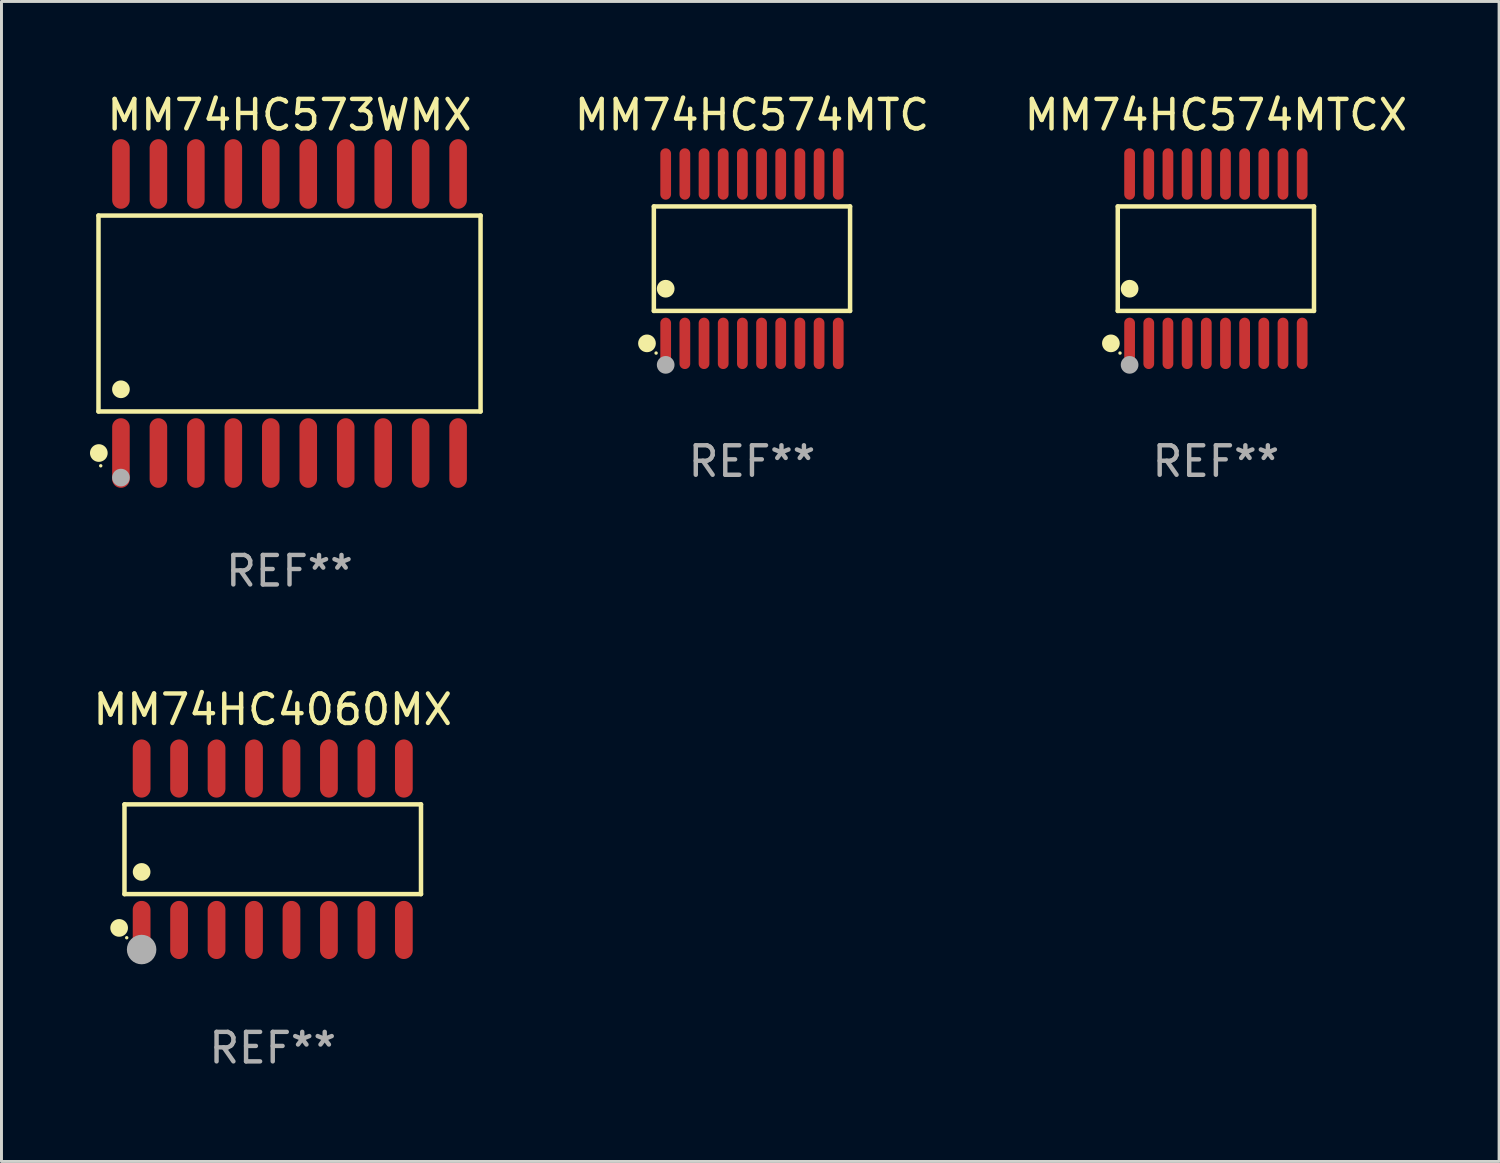
<source format=kicad_pcb>
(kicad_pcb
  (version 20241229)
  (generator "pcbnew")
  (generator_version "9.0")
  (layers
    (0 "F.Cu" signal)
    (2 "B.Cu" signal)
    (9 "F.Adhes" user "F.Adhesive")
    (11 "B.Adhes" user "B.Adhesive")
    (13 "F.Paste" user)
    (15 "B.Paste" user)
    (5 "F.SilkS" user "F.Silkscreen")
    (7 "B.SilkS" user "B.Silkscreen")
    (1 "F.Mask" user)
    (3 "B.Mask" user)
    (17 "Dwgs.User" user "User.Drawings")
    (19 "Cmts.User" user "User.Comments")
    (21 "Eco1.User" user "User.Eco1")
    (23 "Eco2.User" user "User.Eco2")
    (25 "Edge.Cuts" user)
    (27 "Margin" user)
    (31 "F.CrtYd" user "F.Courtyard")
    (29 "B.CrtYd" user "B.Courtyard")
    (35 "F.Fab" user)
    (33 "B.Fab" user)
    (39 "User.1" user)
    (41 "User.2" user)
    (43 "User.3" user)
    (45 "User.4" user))
  (footprint "MM74HC4060MX"
    (layer "F.Cu")
    (at 6.196 25.74)
    (property "Reference" "MM74HC4060MX" (at 0 -4.736 0) (layer "F.SilkS") (effects (font (size 1 1) (thickness 0.15))))
    (attr through_hole)
    (fp_line (start -5.026 -1.521) (end 5.026 -1.521) (stroke (width 0.152) (type solid)) (layer "F.SilkS"))
    (fp_line (start -5.026 1.521) (end -5.026 -1.521) (stroke (width 0.152) (type solid)) (layer "F.SilkS"))
    (fp_line (start 5.026 -1.521) (end 5.026 1.521) (stroke (width 0.152) (type solid)) (layer "F.SilkS"))
    (fp_line (start 5.026 1.521) (end -5.026 1.521) (stroke (width 0.152) (type solid)) (layer "F.SilkS"))
    (fp_circle (center -5.207 2.667) (end -5.057 2.667) (stroke (width 0.3) (type solid)) (fill no) (layer "F.SilkS"))
    (fp_circle (center -4.95 3) (end -4.92 3) (stroke (width 0.06) (type solid)) (fill no) (layer "F.SilkS"))
    (fp_circle (center -4.445 0.769) (end -4.295 0.769) (stroke (width 0.3) (type solid)) (fill no) (layer "F.SilkS"))
    (fp_circle (center -4.445 3.4) (end -4.195 3.4) (stroke (width 0.5) (type solid)) (fill no) (layer "F.Fab"))
    (fp_text user "REF**" (at 0 6.736 0) (layer "F.Fab") (effects (font (size 1 1) (thickness 0.15))))
    (pad "1" smd oval (at -4.445 2.736) (size 0.602 1.971) (layers "F.Cu" "F.Mask" "F.Paste"))
    (pad "2" smd oval (at -3.175 2.736) (size 0.602 1.971) (layers "F.Cu" "F.Mask" "F.Paste"))
    (pad "3" smd oval (at -1.905 2.736) (size 0.602 1.971) (layers "F.Cu" "F.Mask" "F.Paste"))
    (pad "4" smd oval (at -0.635 2.736) (size 0.602 1.971) (layers "F.Cu" "F.Mask" "F.Paste"))
    (pad "5" smd oval (at 0.635 2.736) (size 0.602 1.971) (layers "F.Cu" "F.Mask" "F.Paste"))
    (pad "6" smd oval (at 1.905 2.736) (size 0.602 1.971) (layers "F.Cu" "F.Mask" "F.Paste"))
    (pad "7" smd oval (at 3.175 2.736) (size 0.602 1.971) (layers "F.Cu" "F.Mask" "F.Paste"))
    (pad "8" smd oval (at 4.445 2.736) (size 0.602 1.971) (layers "F.Cu" "F.Mask" "F.Paste"))
    (pad "9" smd oval (at 4.445 -2.736) (size 0.602 1.971) (layers "F.Cu" "F.Mask" "F.Paste"))
    (pad "10" smd oval (at 3.175 -2.736) (size 0.602 1.971) (layers "F.Cu" "F.Mask" "F.Paste"))
    (pad "11" smd oval (at 1.905 -2.736) (size 0.602 1.971) (layers "F.Cu" "F.Mask" "F.Paste"))
    (pad "12" smd oval (at 0.635 -2.736) (size 0.602 1.971) (layers "F.Cu" "F.Mask" "F.Paste"))
    (pad "13" smd oval (at -0.635 -2.736) (size 0.602 1.971) (layers "F.Cu" "F.Mask" "F.Paste"))
    (pad "14" smd oval (at -1.905 -2.736) (size 0.602 1.971) (layers "F.Cu" "F.Mask" "F.Paste"))
    (pad "15" smd oval (at -3.175 -2.736) (size 0.602 1.971) (layers "F.Cu" "F.Mask" "F.Paste"))
    (pad "16" smd oval (at -4.445 -2.736) (size 0.602 1.971) (layers "F.Cu" "F.Mask" "F.Paste")))
  (footprint "MM74HC573WMX"
    (layer "F.Cu")
    (at 6.765 7.578)
    (property "Reference" "MM74HC573WMX" (at 0 -6.73 0) (layer "F.SilkS") (effects (font (size 1 1) (thickness 0.15))))
    (attr through_hole)
    (fp_line (start -6.476 -3.321) (end 6.476 -3.321) (stroke (width 0.152) (type solid)) (layer "F.SilkS"))
    (fp_line (start -6.476 3.321) (end -6.476 -3.321) (stroke (width 0.152) (type solid)) (layer "F.SilkS"))
    (fp_line (start 6.476 -3.321) (end 6.476 3.321) (stroke (width 0.152) (type solid)) (layer "F.SilkS"))
    (fp_line (start 6.476 3.321) (end -6.476 3.321) (stroke (width 0.152) (type solid)) (layer "F.SilkS"))
    (fp_circle (center -6.465 4.73) (end -6.315 4.73) (stroke (width 0.3) (type solid)) (fill no) (layer "F.SilkS"))
    (fp_circle (center -6.4 5.163) (end -6.37 5.163) (stroke (width 0.06) (type solid)) (fill no) (layer "F.SilkS"))
    (fp_circle (center -5.715 2.569) (end -5.565 2.569) (stroke (width 0.3) (type solid)) (fill no) (layer "F.SilkS"))
    (fp_circle (center -5.715 5.563) (end -5.565 5.563) (stroke (width 0.3) (type solid)) (fill no) (layer "F.Fab"))
    (fp_text user "REF**" (at 0 8.73 0) (layer "F.Fab") (effects (font (size 1 1) (thickness 0.15))))
    (pad "1" smd oval (at -5.715 4.73) (size 0.595 2.36) (layers "F.Cu" "F.Mask" "F.Paste"))
    (pad "2" smd oval (at -4.445 4.73) (size 0.595 2.36) (layers "F.Cu" "F.Mask" "F.Paste"))
    (pad "3" smd oval (at -3.175 4.73) (size 0.595 2.36) (layers "F.Cu" "F.Mask" "F.Paste"))
    (pad "4" smd oval (at -1.905 4.73) (size 0.595 2.36) (layers "F.Cu" "F.Mask" "F.Paste"))
    (pad "5" smd oval (at -0.635 4.73) (size 0.595 2.36) (layers "F.Cu" "F.Mask" "F.Paste"))
    (pad "6" smd oval (at 0.635 4.73) (size 0.595 2.36) (layers "F.Cu" "F.Mask" "F.Paste"))
    (pad "7" smd oval (at 1.905 4.73) (size 0.595 2.36) (layers "F.Cu" "F.Mask" "F.Paste"))
    (pad "8" smd oval (at 3.175 4.73) (size 0.595 2.36) (layers "F.Cu" "F.Mask" "F.Paste"))
    (pad "9" smd oval (at 4.445 4.73) (size 0.595 2.36) (layers "F.Cu" "F.Mask" "F.Paste"))
    (pad "10" smd oval (at 5.715 4.73) (size 0.595 2.36) (layers "F.Cu" "F.Mask" "F.Paste"))
    (pad "11" smd oval (at 5.715 -4.73) (size 0.595 2.36) (layers "F.Cu" "F.Mask" "F.Paste"))
    (pad "12" smd oval (at 4.445 -4.73) (size 0.595 2.36) (layers "F.Cu" "F.Mask" "F.Paste"))
    (pad "13" smd oval (at 3.175 -4.73) (size 0.595 2.36) (layers "F.Cu" "F.Mask" "F.Paste"))
    (pad "14" smd oval (at 1.905 -4.73) (size 0.595 2.36) (layers "F.Cu" "F.Mask" "F.Paste"))
    (pad "15" smd oval (at 0.635 -4.73) (size 0.595 2.36) (layers "F.Cu" "F.Mask" "F.Paste"))
    (pad "16" smd oval (at -0.635 -4.73) (size 0.595 2.36) (layers "F.Cu" "F.Mask" "F.Paste"))
    (pad "17" smd oval (at -1.905 -4.73) (size 0.595 2.36) (layers "F.Cu" "F.Mask" "F.Paste"))
    (pad "18" smd oval (at -3.175 -4.73) (size 0.595 2.36) (layers "F.Cu" "F.Mask" "F.Paste"))
    (pad "19" smd oval (at -4.445 -4.73) (size 0.595 2.36) (layers "F.Cu" "F.Mask" "F.Paste"))
    (pad "20" smd oval (at -5.715 -4.73) (size 0.595 2.36) (layers "F.Cu" "F.Mask" "F.Paste")))
  (footprint "MM74HC574MTC"
    (layer "F.Cu")
    (at 22.442 5.719)
    (property "Reference" "MM74HC574MTC" (at 0 -4.871 0) (layer "F.SilkS") (effects (font (size 1 1) (thickness 0.15))))
    (attr through_hole)
    (fp_line (start -3.326 -1.771) (end 3.326 -1.771) (stroke (width 0.152) (type solid)) (layer "F.SilkS"))
    (fp_line (start -3.326 1.771) (end -3.326 -1.771) (stroke (width 0.152) (type solid)) (layer "F.SilkS"))
    (fp_line (start 3.326 -1.771) (end 3.326 1.771) (stroke (width 0.152) (type solid)) (layer "F.SilkS"))
    (fp_line (start 3.326 1.771) (end -3.326 1.771) (stroke (width 0.152) (type solid)) (layer "F.SilkS"))
    (fp_circle (center -3.559 2.871) (end -3.409 2.871) (stroke (width 0.3) (type solid)) (fill no) (layer "F.SilkS"))
    (fp_circle (center -3.25 3.2) (end -3.22 3.2) (stroke (width 0.06) (type solid)) (fill no) (layer "F.SilkS"))
    (fp_circle (center -2.925 1.019) (end -2.775 1.019) (stroke (width 0.3) (type solid)) (fill no) (layer "F.SilkS"))
    (fp_circle (center -2.925 3.6) (end -2.775 3.6) (stroke (width 0.3) (type solid)) (fill no) (layer "F.Fab"))
    (fp_text user "REF**" (at 0 6.871 0) (layer "F.Fab") (effects (font (size 1 1) (thickness 0.15))))
    (pad "1" smd oval (at -2.925 2.871) (size 0.364 1.742) (layers "F.Cu" "F.Mask" "F.Paste"))
    (pad "2" smd oval (at -2.275 2.871) (size 0.364 1.742) (layers "F.Cu" "F.Mask" "F.Paste"))
    (pad "3" smd oval (at -1.625 2.871) (size 0.364 1.742) (layers "F.Cu" "F.Mask" "F.Paste"))
    (pad "4" smd oval (at -0.975 2.871) (size 0.364 1.742) (layers "F.Cu" "F.Mask" "F.Paste"))
    (pad "5" smd oval (at -0.325 2.871) (size 0.364 1.742) (layers "F.Cu" "F.Mask" "F.Paste"))
    (pad "6" smd oval (at 0.325 2.871) (size 0.364 1.742) (layers "F.Cu" "F.Mask" "F.Paste"))
    (pad "7" smd oval (at 0.975 2.871) (size 0.364 1.742) (layers "F.Cu" "F.Mask" "F.Paste"))
    (pad "8" smd oval (at 1.625 2.871) (size 0.364 1.742) (layers "F.Cu" "F.Mask" "F.Paste"))
    (pad "9" smd oval (at 2.275 2.871) (size 0.364 1.742) (layers "F.Cu" "F.Mask" "F.Paste"))
    (pad "10" smd oval (at 2.925 2.871) (size 0.364 1.742) (layers "F.Cu" "F.Mask" "F.Paste"))
    (pad "11" smd oval (at 2.925 -2.871) (size 0.364 1.742) (layers "F.Cu" "F.Mask" "F.Paste"))
    (pad "12" smd oval (at 2.275 -2.871) (size 0.364 1.742) (layers "F.Cu" "F.Mask" "F.Paste"))
    (pad "13" smd oval (at 1.625 -2.871) (size 0.364 1.742) (layers "F.Cu" "F.Mask" "F.Paste"))
    (pad "14" smd oval (at 0.975 -2.871) (size 0.364 1.742) (layers "F.Cu" "F.Mask" "F.Paste"))
    (pad "15" smd oval (at 0.325 -2.871) (size 0.364 1.742) (layers "F.Cu" "F.Mask" "F.Paste"))
    (pad "16" smd oval (at -0.325 -2.871) (size 0.364 1.742) (layers "F.Cu" "F.Mask" "F.Paste"))
    (pad "17" smd oval (at -0.975 -2.871) (size 0.364 1.742) (layers "F.Cu" "F.Mask" "F.Paste"))
    (pad "18" smd oval (at -1.625 -2.871) (size 0.364 1.742) (layers "F.Cu" "F.Mask" "F.Paste"))
    (pad "19" smd oval (at -2.275 -2.871) (size 0.364 1.742) (layers "F.Cu" "F.Mask" "F.Paste"))
    (pad "20" smd oval (at -2.925 -2.871) (size 0.364 1.742) (layers "F.Cu" "F.Mask" "F.Paste")))
  (footprint "MM74HC574MTCX"
    (layer "F.Cu")
    (at 38.169 5.719)
    (property "Reference" "MM74HC574MTCX" (at 0 -4.871 0) (layer "F.SilkS") (effects (font (size 1 1) (thickness 0.15))))
    (attr through_hole)
    (fp_line (start -3.326 -1.771) (end 3.326 -1.771) (stroke (width 0.152) (type solid)) (layer "F.SilkS"))
    (fp_line (start -3.326 1.771) (end -3.326 -1.771) (stroke (width 0.152) (type solid)) (layer "F.SilkS"))
    (fp_line (start 3.326 -1.771) (end 3.326 1.771) (stroke (width 0.152) (type solid)) (layer "F.SilkS"))
    (fp_line (start 3.326 1.771) (end -3.326 1.771) (stroke (width 0.152) (type solid)) (layer "F.SilkS"))
    (fp_circle (center -3.559 2.871) (end -3.409 2.871) (stroke (width 0.3) (type solid)) (fill no) (layer "F.SilkS"))
    (fp_circle (center -3.25 3.2) (end -3.22 3.2) (stroke (width 0.06) (type solid)) (fill no) (layer "F.SilkS"))
    (fp_circle (center -2.925 1.019) (end -2.775 1.019) (stroke (width 0.3) (type solid)) (fill no) (layer "F.SilkS"))
    (fp_circle (center -2.925 3.6) (end -2.775 3.6) (stroke (width 0.3) (type solid)) (fill no) (layer "F.Fab"))
    (fp_text user "REF**" (at 0 6.871 0) (layer "F.Fab") (effects (font (size 1 1) (thickness 0.15))))
    (pad "1" smd oval (at -2.925 2.871) (size 0.364 1.742) (layers "F.Cu" "F.Mask" "F.Paste"))
    (pad "2" smd oval (at -2.275 2.871) (size 0.364 1.742) (layers "F.Cu" "F.Mask" "F.Paste"))
    (pad "3" smd oval (at -1.625 2.871) (size 0.364 1.742) (layers "F.Cu" "F.Mask" "F.Paste"))
    (pad "4" smd oval (at -0.975 2.871) (size 0.364 1.742) (layers "F.Cu" "F.Mask" "F.Paste"))
    (pad "5" smd oval (at -0.325 2.871) (size 0.364 1.742) (layers "F.Cu" "F.Mask" "F.Paste"))
    (pad "6" smd oval (at 0.325 2.871) (size 0.364 1.742) (layers "F.Cu" "F.Mask" "F.Paste"))
    (pad "7" smd oval (at 0.975 2.871) (size 0.364 1.742) (layers "F.Cu" "F.Mask" "F.Paste"))
    (pad "8" smd oval (at 1.625 2.871) (size 0.364 1.742) (layers "F.Cu" "F.Mask" "F.Paste"))
    (pad "9" smd oval (at 2.275 2.871) (size 0.364 1.742) (layers "F.Cu" "F.Mask" "F.Paste"))
    (pad "10" smd oval (at 2.925 2.871) (size 0.364 1.742) (layers "F.Cu" "F.Mask" "F.Paste"))
    (pad "11" smd oval (at 2.925 -2.871) (size 0.364 1.742) (layers "F.Cu" "F.Mask" "F.Paste"))
    (pad "12" smd oval (at 2.275 -2.871) (size 0.364 1.742) (layers "F.Cu" "F.Mask" "F.Paste"))
    (pad "13" smd oval (at 1.625 -2.871) (size 0.364 1.742) (layers "F.Cu" "F.Mask" "F.Paste"))
    (pad "14" smd oval (at 0.975 -2.871) (size 0.364 1.742) (layers "F.Cu" "F.Mask" "F.Paste"))
    (pad "15" smd oval (at 0.325 -2.871) (size 0.364 1.742) (layers "F.Cu" "F.Mask" "F.Paste"))
    (pad "16" smd oval (at -0.325 -2.871) (size 0.364 1.742) (layers "F.Cu" "F.Mask" "F.Paste"))
    (pad "17" smd oval (at -0.975 -2.871) (size 0.364 1.742) (layers "F.Cu" "F.Mask" "F.Paste"))
    (pad "18" smd oval (at -1.625 -2.871) (size 0.364 1.742) (layers "F.Cu" "F.Mask" "F.Paste"))
    (pad "19" smd oval (at -2.275 -2.871) (size 0.364 1.742) (layers "F.Cu" "F.Mask" "F.Paste"))
    (pad "20" smd oval (at -2.925 -2.871) (size 0.364 1.742) (layers "F.Cu" "F.Mask" "F.Paste")))
  (gr_rect
    (start -3 -3)
    (end 47.77 36.324)
    (stroke (width 0.1) (type default))
    (fill no)
    (layer "Edge.Cuts")))
</source>
